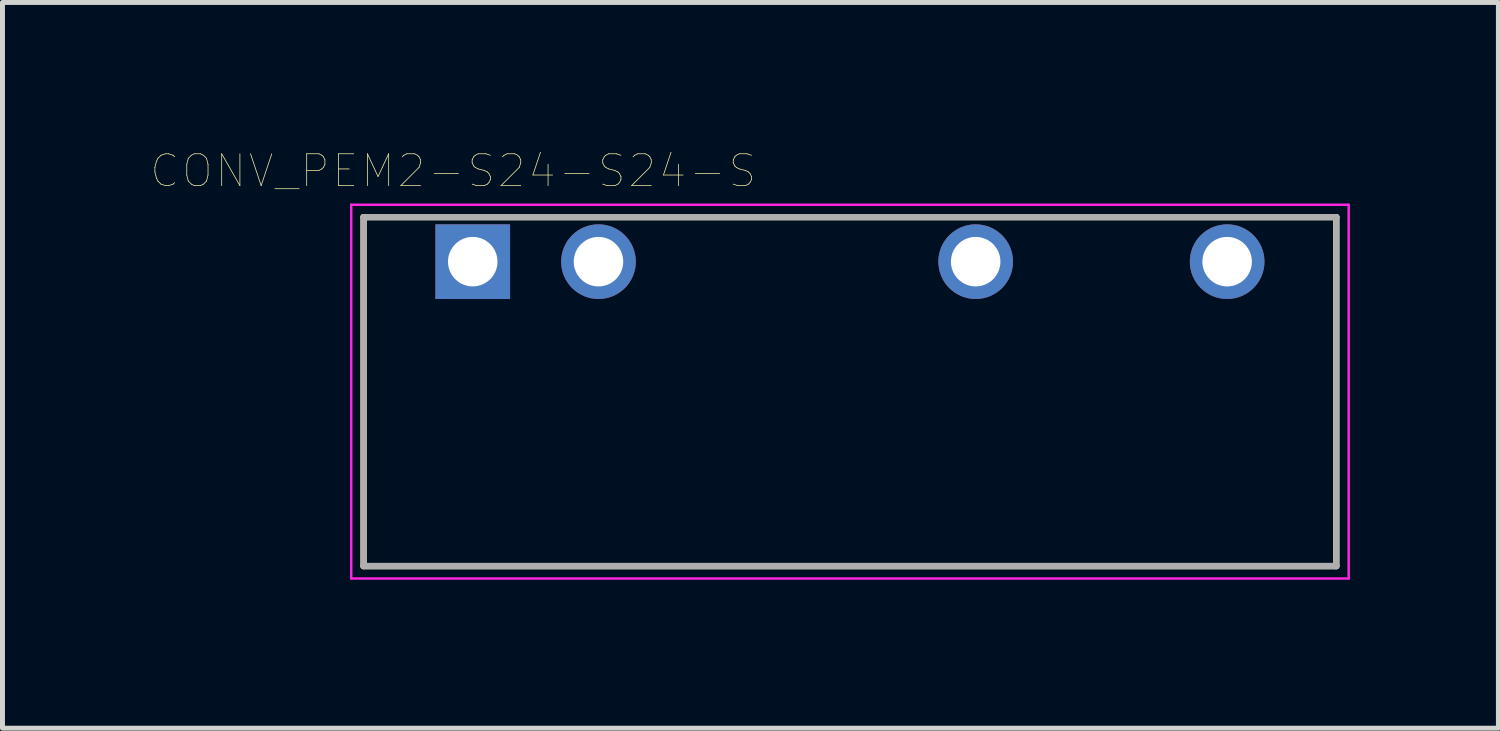
<source format=kicad_pcb>
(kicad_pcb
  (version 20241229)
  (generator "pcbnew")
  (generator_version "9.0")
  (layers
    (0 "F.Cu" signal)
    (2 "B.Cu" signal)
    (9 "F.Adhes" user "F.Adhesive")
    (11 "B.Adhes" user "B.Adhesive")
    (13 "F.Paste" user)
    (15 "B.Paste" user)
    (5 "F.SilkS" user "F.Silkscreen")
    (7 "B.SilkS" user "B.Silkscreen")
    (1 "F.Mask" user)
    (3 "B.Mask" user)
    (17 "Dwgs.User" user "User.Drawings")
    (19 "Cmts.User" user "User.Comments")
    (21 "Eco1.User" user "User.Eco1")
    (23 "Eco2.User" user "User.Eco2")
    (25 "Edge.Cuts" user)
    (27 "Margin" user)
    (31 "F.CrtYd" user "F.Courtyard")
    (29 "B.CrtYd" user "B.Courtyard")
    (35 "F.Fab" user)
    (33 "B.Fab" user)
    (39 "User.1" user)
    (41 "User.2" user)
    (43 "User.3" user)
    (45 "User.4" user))
  (footprint "CONV_PEM2-S24-S24-S"
    (layer "F.Cu")
    (at 14.12 4.861)
    (property "Reference" "CONV_PEM2-S24-S24-S" (at -8.015 -4.458 0) (layer "F.SilkS") (effects (font (size 0.644 0.644) (thickness 0.015))))
    (attr through_hole)
    (fp_line (start -9.825 -3.525) (end 9.825 -3.525) (stroke (width 0.127) (type solid)) (layer "F.SilkS"))
    (fp_line (start -9.825 3.525) (end -9.825 -3.525) (stroke (width 0.127) (type solid)) (layer "F.SilkS"))
    (fp_line (start 9.825 -3.525) (end 9.825 3.525) (stroke (width 0.127) (type solid)) (layer "F.SilkS"))
    (fp_line (start 9.825 3.525) (end -9.825 3.525) (stroke (width 0.127) (type solid)) (layer "F.SilkS"))
    (fp_line (start -10.075 -3.775) (end 10.075 -3.775) (stroke (width 0.05) (type solid)) (layer "F.CrtYd"))
    (fp_line (start -10.075 3.775) (end -10.075 -3.775) (stroke (width 0.05) (type solid)) (layer "F.CrtYd"))
    (fp_line (start 10.075 -3.775) (end 10.075 3.775) (stroke (width 0.05) (type solid)) (layer "F.CrtYd"))
    (fp_line (start 10.075 3.775) (end -10.075 3.775) (stroke (width 0.05) (type solid)) (layer "F.CrtYd"))
    (fp_line (start -9.825 -3.525) (end 9.825 -3.525) (stroke (width 0.127) (type solid)) (layer "F.Fab"))
    (fp_line (start -9.825 3.525) (end -9.825 -3.525) (stroke (width 0.127) (type solid)) (layer "F.Fab"))
    (fp_line (start 9.825 -3.525) (end 9.825 3.525) (stroke (width 0.127) (type solid)) (layer "F.Fab"))
    (fp_line (start 9.825 3.525) (end -9.825 3.525) (stroke (width 0.127) (type solid)) (layer "F.Fab"))
    (pad "1" thru_hole rect (at -7.62 -2.625) (size 1.508 1.508) (drill 1) (layers "*.Cu" "*.Mask"))
    (pad "2" thru_hole circle (at -5.08 -2.625) (size 1.508 1.508) (drill 1) (layers "*.Cu" "*.Mask"))
    (pad "5" thru_hole circle (at 2.54 -2.625) (size 1.508 1.508) (drill 1) (layers "*.Cu" "*.Mask"))
    (pad "7" thru_hole circle (at 7.62 -2.625) (size 1.508 1.508) (drill 1) (layers "*.Cu" "*.Mask")))
  (gr_rect
    (start -3 -3)
    (end 27.22 11.661)
    (stroke (width 0.1) (type default))
    (fill no)
    (layer "Edge.Cuts")))
</source>
